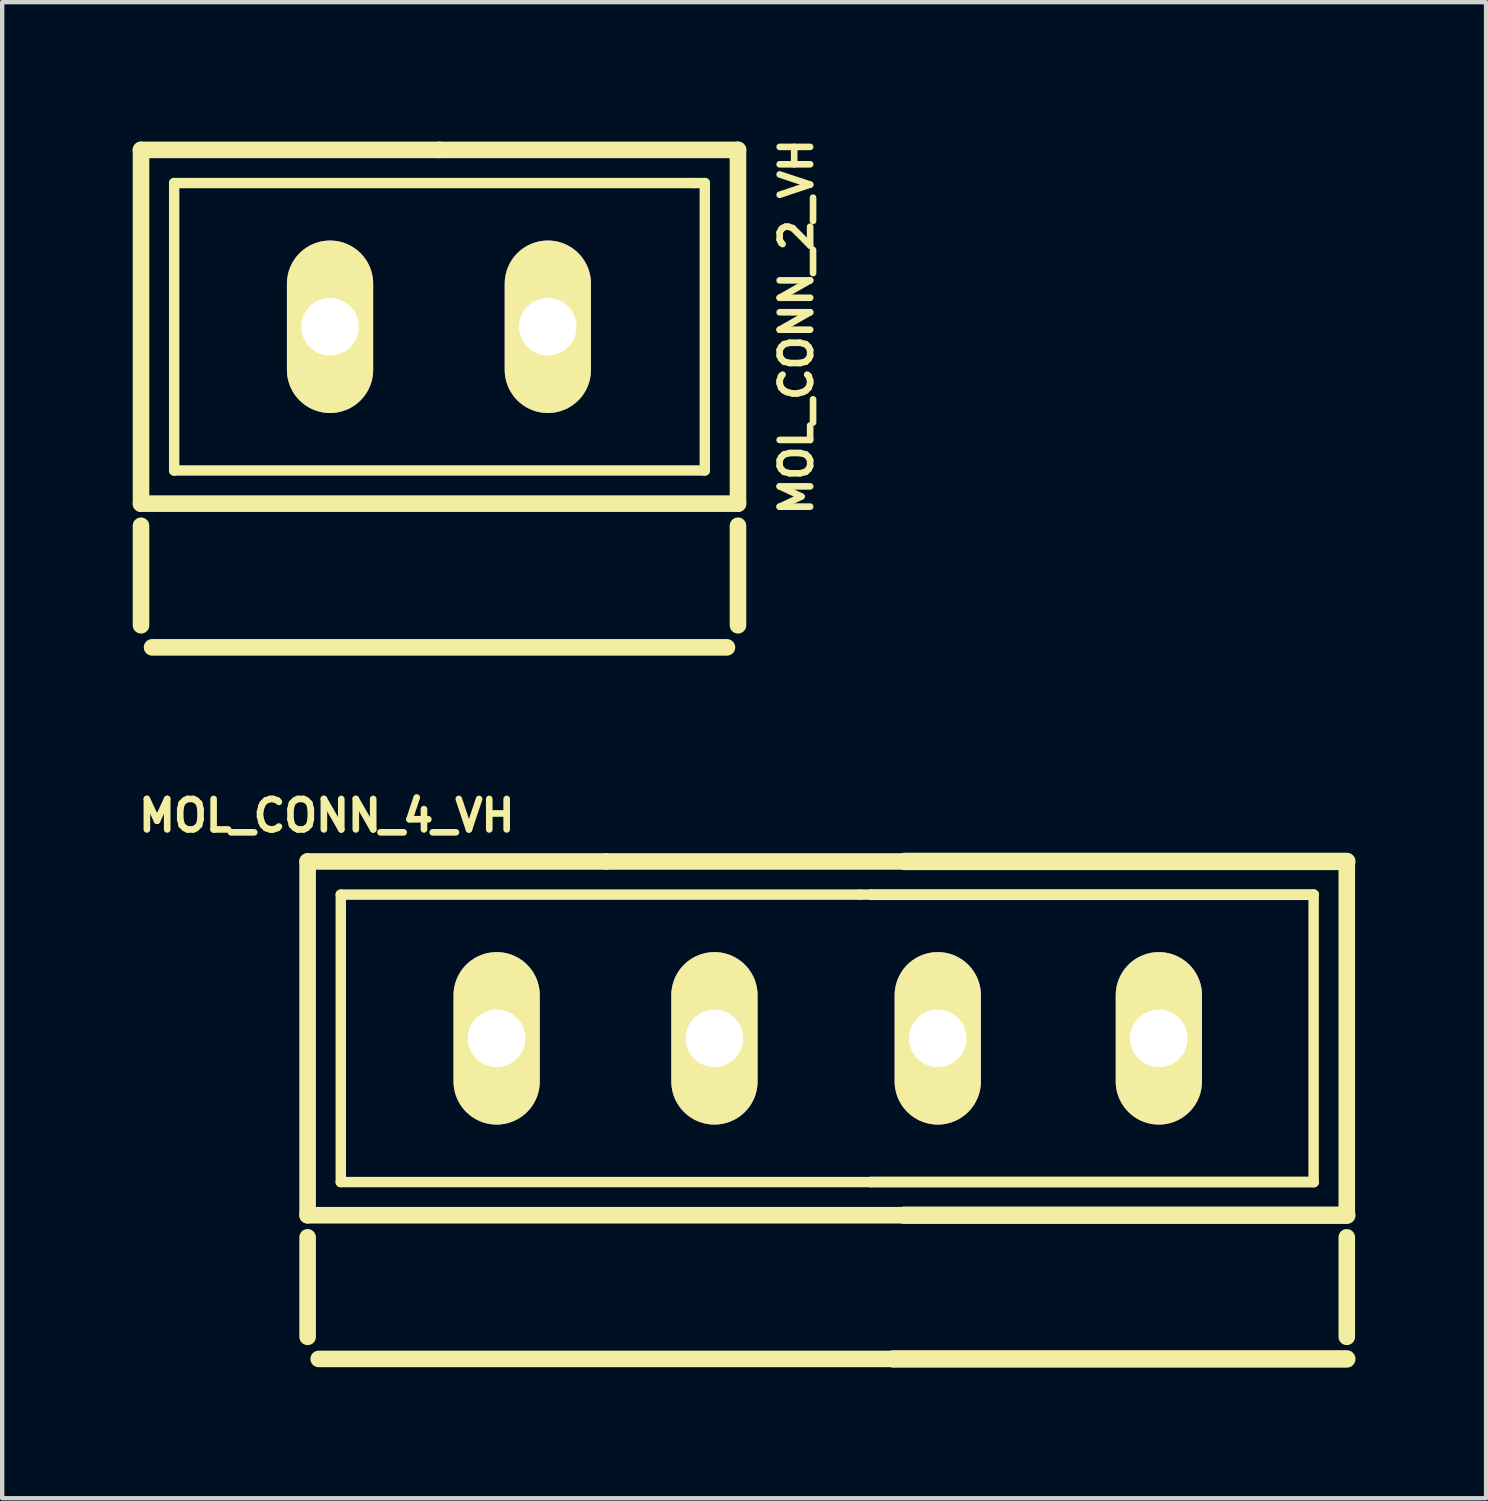
<source format=kicad_pcb>
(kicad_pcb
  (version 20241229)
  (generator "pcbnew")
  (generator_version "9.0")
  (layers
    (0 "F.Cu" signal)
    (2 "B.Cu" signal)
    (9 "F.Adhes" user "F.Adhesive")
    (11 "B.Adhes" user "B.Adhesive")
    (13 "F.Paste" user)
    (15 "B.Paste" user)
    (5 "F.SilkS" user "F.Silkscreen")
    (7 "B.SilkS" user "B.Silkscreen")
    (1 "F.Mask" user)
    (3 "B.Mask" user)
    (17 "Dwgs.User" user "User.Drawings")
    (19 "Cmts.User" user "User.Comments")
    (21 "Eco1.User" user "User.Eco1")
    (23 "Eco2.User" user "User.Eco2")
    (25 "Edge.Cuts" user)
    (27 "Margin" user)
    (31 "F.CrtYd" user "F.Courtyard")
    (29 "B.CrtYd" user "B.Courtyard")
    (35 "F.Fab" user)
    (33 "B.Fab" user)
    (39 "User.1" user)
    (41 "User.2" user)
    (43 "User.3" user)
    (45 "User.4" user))
  (footprint "MOL_CONN_4_VH"
    (layer "F.Cu")
    (at 15.956 20.807)
    (property "Reference" "MOL_CONN_4_VH" (at -11.498 -5.116 0) (layer "F.SilkS") (effects (font (size 0.7 0.7) (thickness 0.152))))
    (attr exclude_from_pos_files exclude_from_bom)
    (fp_line (start -11.938 -4.064) (end -11.938 4.064) (stroke (width 0.381) (type solid)) (layer "F.SilkS"))
    (fp_line (start -11.938 -4.064) (end -5.08 -4.064) (stroke (width 0.381) (type solid)) (layer "F.SilkS"))
    (fp_line (start -11.938 4.572) (end -11.938 6.858) (stroke (width 0.381) (type solid)) (layer "F.SilkS"))
    (fp_line (start -11.684 7.366) (end 1.524 7.366) (stroke (width 0.381) (type solid)) (layer "F.SilkS"))
    (fp_line (start -11.176 -3.302) (end 0.762 -3.302) (stroke (width 0.239) (type solid)) (layer "F.SilkS"))
    (fp_line (start -11.176 3.302) (end -11.176 -3.302) (stroke (width 0.239) (type solid)) (layer "F.SilkS"))
    (fp_line (start -5.08 -4.064) (end 1.778 -4.064) (stroke (width 0.381) (type solid)) (layer "F.SilkS"))
    (fp_line (start 0.762 -3.302) (end 1.016 -3.302) (stroke (width 0.239) (type solid)) (layer "F.SilkS"))
    (fp_line (start 1.016 -3.302) (end 11.176 -3.302) (stroke (width 0.25) (type solid)) (layer "F.SilkS"))
    (fp_line (start 1.016 3.302) (end -11.176 3.302) (stroke (width 0.239) (type solid)) (layer "F.SilkS"))
    (fp_line (start 1.016 3.302) (end 11.176 3.302) (stroke (width 0.25) (type solid)) (layer "F.SilkS"))
    (fp_line (start 1.524 7.366) (end 11.938 7.366) (stroke (width 0.4) (type solid)) (layer "F.SilkS"))
    (fp_line (start 1.778 -4.064) (end 11.938 -4.064) (stroke (width 0.4) (type solid)) (layer "F.SilkS"))
    (fp_line (start 1.778 4.064) (end -11.938 4.064) (stroke (width 0.381) (type solid)) (layer "F.SilkS"))
    (fp_line (start 1.778 4.064) (end 11.938 4.064) (stroke (width 0.4) (type solid)) (layer "F.SilkS"))
    (fp_line (start 11.176 -3.302) (end 11.176 3.302) (stroke (width 0.239) (type solid)) (layer "F.SilkS"))
    (fp_line (start 11.938 -4.064) (end 11.938 4.064) (stroke (width 0.381) (type solid)) (layer "F.SilkS"))
    (fp_line (start 11.938 4.572) (end 11.938 6.858) (stroke (width 0.381) (type solid)) (layer "F.SilkS"))
    (pad "1" thru_hole oval (at -7.595 0) (size 1.981 3.962) (drill 1.321) (layers "*.Cu" "*.Mask" "F.SilkS"))
    (pad "2" thru_hole oval (at -2.591 0) (size 1.981 3.962) (drill 1.321) (layers "*.Cu" "*.Mask" "F.SilkS"))
    (pad "3" thru_hole oval (at 2.54 0) (size 1.981 3.962) (drill 1.321) (layers "*.Cu" "*.Mask" "F.SilkS"))
    (pad "4" thru_hole oval (at 7.62 0) (size 1.981 3.962) (drill 1.321) (layers "*.Cu" "*.Mask" "F.SilkS")))
  (footprint "MOL_CONN_2_VH"
    (layer "F.Cu")
    (at 7.048 4.458)
    (property "Reference" "MOL_CONN_2_VH" (at 8.2 0 90) (layer "F.SilkS") (effects (font (size 0.7 0.7) (thickness 0.152))))
    (attr exclude_from_pos_files exclude_from_bom)
    (fp_line (start -6.858 -4.064) (end -6.858 4.064) (stroke (width 0.381) (type solid)) (layer "F.SilkS"))
    (fp_line (start -6.858 -4.064) (end 0 -4.064) (stroke (width 0.381) (type solid)) (layer "F.SilkS"))
    (fp_line (start -6.858 4.572) (end -6.858 6.858) (stroke (width 0.381) (type solid)) (layer "F.SilkS"))
    (fp_line (start -6.604 7.366) (end 6.604 7.366) (stroke (width 0.381) (type solid)) (layer "F.SilkS"))
    (fp_line (start -6.096 -3.302) (end 5.842 -3.302) (stroke (width 0.239) (type solid)) (layer "F.SilkS"))
    (fp_line (start -6.096 3.302) (end -6.096 -3.302) (stroke (width 0.239) (type solid)) (layer "F.SilkS"))
    (fp_line (start 0 -4.064) (end 6.858 -4.064) (stroke (width 0.381) (type solid)) (layer "F.SilkS"))
    (fp_line (start 5.842 -3.302) (end 6.096 -3.302) (stroke (width 0.239) (type solid)) (layer "F.SilkS"))
    (fp_line (start 6.096 -3.302) (end 6.096 3.302) (stroke (width 0.239) (type solid)) (layer "F.SilkS"))
    (fp_line (start 6.096 3.302) (end -6.096 3.302) (stroke (width 0.239) (type solid)) (layer "F.SilkS"))
    (fp_line (start 6.858 -4.064) (end 6.858 4.064) (stroke (width 0.381) (type solid)) (layer "F.SilkS"))
    (fp_line (start 6.858 4.064) (end -6.858 4.064) (stroke (width 0.381) (type solid)) (layer "F.SilkS"))
    (fp_line (start 6.858 4.572) (end 6.858 6.858) (stroke (width 0.381) (type solid)) (layer "F.SilkS"))
    (pad "1" thru_hole oval (at -2.515 0) (size 1.981 3.962) (drill 1.321) (layers "*.Cu" "*.Mask" "F.SilkS"))
    (pad "2" thru_hole oval (at 2.489 0) (size 1.981 3.962) (drill 1.321) (layers "*.Cu" "*.Mask" "F.SilkS")))
  (gr_rect
    (start -3 -3)
    (end 31.094 31.373)
    (stroke (width 0.1) (type default))
    (fill no)
    (layer "Edge.Cuts")))
</source>
